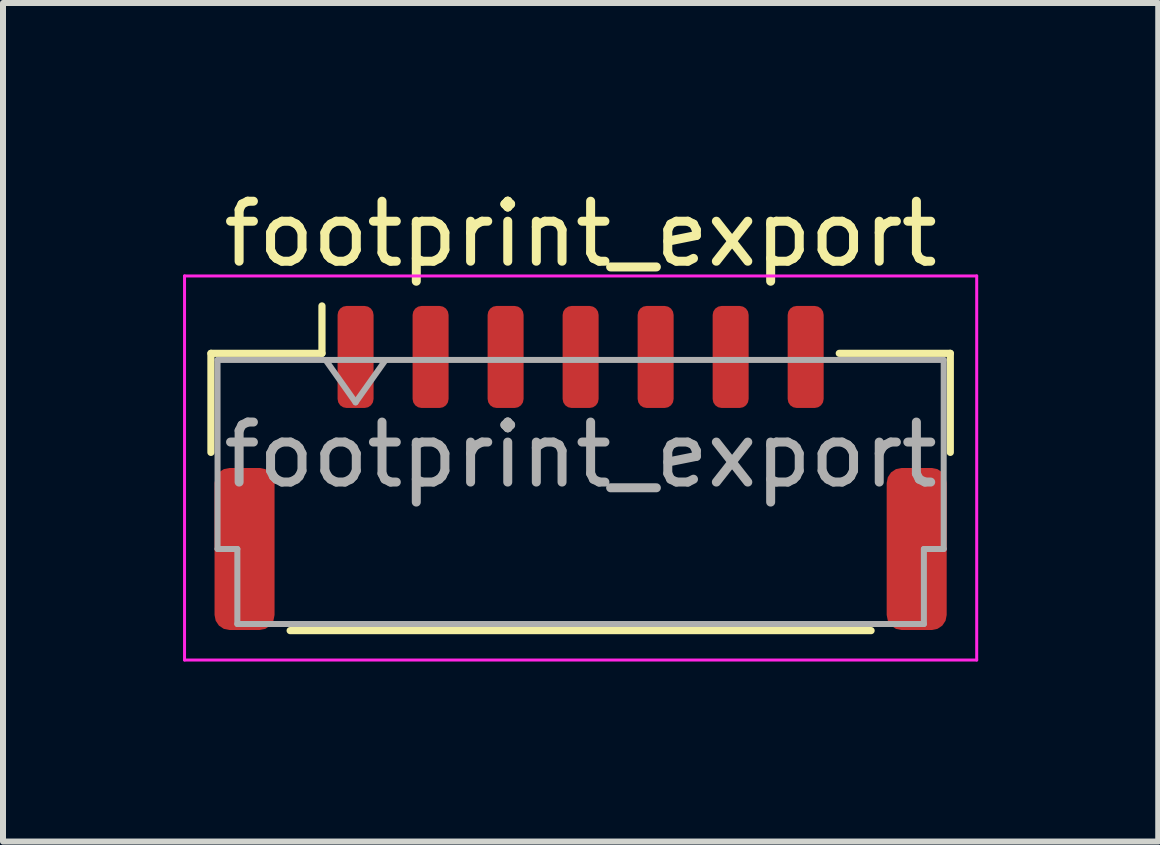
<source format=kicad_pcb>
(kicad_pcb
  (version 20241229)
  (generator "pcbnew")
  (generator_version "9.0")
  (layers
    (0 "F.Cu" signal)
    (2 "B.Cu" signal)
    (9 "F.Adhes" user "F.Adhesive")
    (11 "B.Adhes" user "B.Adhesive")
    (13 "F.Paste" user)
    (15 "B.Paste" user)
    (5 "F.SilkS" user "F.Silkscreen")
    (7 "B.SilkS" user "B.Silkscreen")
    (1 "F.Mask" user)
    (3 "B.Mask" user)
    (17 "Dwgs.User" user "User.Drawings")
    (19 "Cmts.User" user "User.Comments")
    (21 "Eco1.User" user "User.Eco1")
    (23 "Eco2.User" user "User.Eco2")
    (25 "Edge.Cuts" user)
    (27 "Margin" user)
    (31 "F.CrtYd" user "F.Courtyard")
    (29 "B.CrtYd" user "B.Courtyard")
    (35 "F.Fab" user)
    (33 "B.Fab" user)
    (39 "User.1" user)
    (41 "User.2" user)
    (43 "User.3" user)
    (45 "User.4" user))
  (footprint "footprint_export"
    (layer "F.Cu")
    (at 6.625 4.748)
    (property "Reference" "footprint_export" (at 0 -3.9 0) (layer "F.SilkS") (effects (font (size 1 1) (thickness 0.15))))
    (attr smd)
    (fp_line (start -6.16 -1.91) (end -4.31 -1.91) (stroke (width 0.12) (type solid)) (layer "F.SilkS"))
    (fp_line (start -6.16 -0.26) (end -6.16 -1.91) (stroke (width 0.12) (type solid)) (layer "F.SilkS"))
    (fp_line (start -4.84 2.71) (end 4.84 2.71) (stroke (width 0.12) (type solid)) (layer "F.SilkS"))
    (fp_line (start -4.31 -1.91) (end -4.31 -2.7) (stroke (width 0.12) (type solid)) (layer "F.SilkS"))
    (fp_line (start 6.16 -1.91) (end 4.31 -1.91) (stroke (width 0.12) (type solid)) (layer "F.SilkS"))
    (fp_line (start 6.16 -0.26) (end 6.16 -1.91) (stroke (width 0.12) (type solid)) (layer "F.SilkS"))
    (fp_line (start -6.6 -3.2) (end -6.6 3.2) (stroke (width 0.05) (type solid)) (layer "F.CrtYd"))
    (fp_line (start -6.6 3.2) (end 6.6 3.2) (stroke (width 0.05) (type solid)) (layer "F.CrtYd"))
    (fp_line (start 6.6 -3.2) (end -6.6 -3.2) (stroke (width 0.05) (type solid)) (layer "F.CrtYd"))
    (fp_line (start 6.6 3.2) (end 6.6 -3.2) (stroke (width 0.05) (type solid)) (layer "F.CrtYd"))
    (fp_line (start -6.05 -1.8) (end -6.05 1.35) (stroke (width 0.1) (type solid)) (layer "F.Fab"))
    (fp_line (start -6.05 -1.8) (end 6.05 -1.8) (stroke (width 0.1) (type solid)) (layer "F.Fab"))
    (fp_line (start -6.05 1.35) (end -5.72 1.35) (stroke (width 0.1) (type solid)) (layer "F.Fab"))
    (fp_line (start -5.72 1.35) (end -5.72 2.6) (stroke (width 0.1) (type solid)) (layer "F.Fab"))
    (fp_line (start -5.72 2.6) (end 5.72 2.6) (stroke (width 0.1) (type solid)) (layer "F.Fab"))
    (fp_line (start -4.25 -1.8) (end -3.75 -1.093) (stroke (width 0.1) (type solid)) (layer "F.Fab"))
    (fp_line (start -3.75 -1.093) (end -3.25 -1.8) (stroke (width 0.1) (type solid)) (layer "F.Fab"))
    (fp_line (start 5.72 1.35) (end 6.05 1.35) (stroke (width 0.1) (type solid)) (layer "F.Fab"))
    (fp_line (start 5.72 2.6) (end 5.72 1.35) (stroke (width 0.1) (type solid)) (layer "F.Fab"))
    (fp_line (start 6.05 -1.8) (end 6.05 1.35) (stroke (width 0.1) (type solid)) (layer "F.Fab"))
    (fp_text user "${REFERENCE}" (at 0 -0.22 0) (layer "F.Fab") (effects (font (size 1 1) (thickness 0.15))))
    (pad "1" smd roundrect (at -3.75 -1.85) (size 0.6 1.7) (layers "F.Cu" "F.Mask" "F.Paste") (roundrect_rratio 0.25))
    (pad "2" smd roundrect (at -2.5 -1.85) (size 0.6 1.7) (layers "F.Cu" "F.Mask" "F.Paste") (roundrect_rratio 0.25))
    (pad "3" smd roundrect (at -1.25 -1.85) (size 0.6 1.7) (layers "F.Cu" "F.Mask" "F.Paste") (roundrect_rratio 0.25))
    (pad "4" smd roundrect (at 0 -1.85) (size 0.6 1.7) (layers "F.Cu" "F.Mask" "F.Paste") (roundrect_rratio 0.25))
    (pad "5" smd roundrect (at 1.25 -1.85) (size 0.6 1.7) (layers "F.Cu" "F.Mask" "F.Paste") (roundrect_rratio 0.25))
    (pad "6" smd roundrect (at 2.5 -1.85) (size 0.6 1.7) (layers "F.Cu" "F.Mask" "F.Paste") (roundrect_rratio 0.25))
    (pad "7" smd roundrect (at 3.75 -1.85) (size 0.6 1.7) (layers "F.Cu" "F.Mask" "F.Paste") (roundrect_rratio 0.25))
    (pad "MP" smd roundrect (at -5.6 1.35) (size 1 2.7) (layers "F.Cu" "F.Mask" "F.Paste") (roundrect_rratio 0.25))
    (pad "MP" smd roundrect (at 5.6 1.35) (size 1 2.7) (layers "F.Cu" "F.Mask" "F.Paste") (roundrect_rratio 0.25)))
  (gr_rect
    (start -3 -3)
    (end 16.25 10.973)
    (stroke (width 0.1) (type default))
    (fill no)
    (layer "Edge.Cuts")))
</source>
